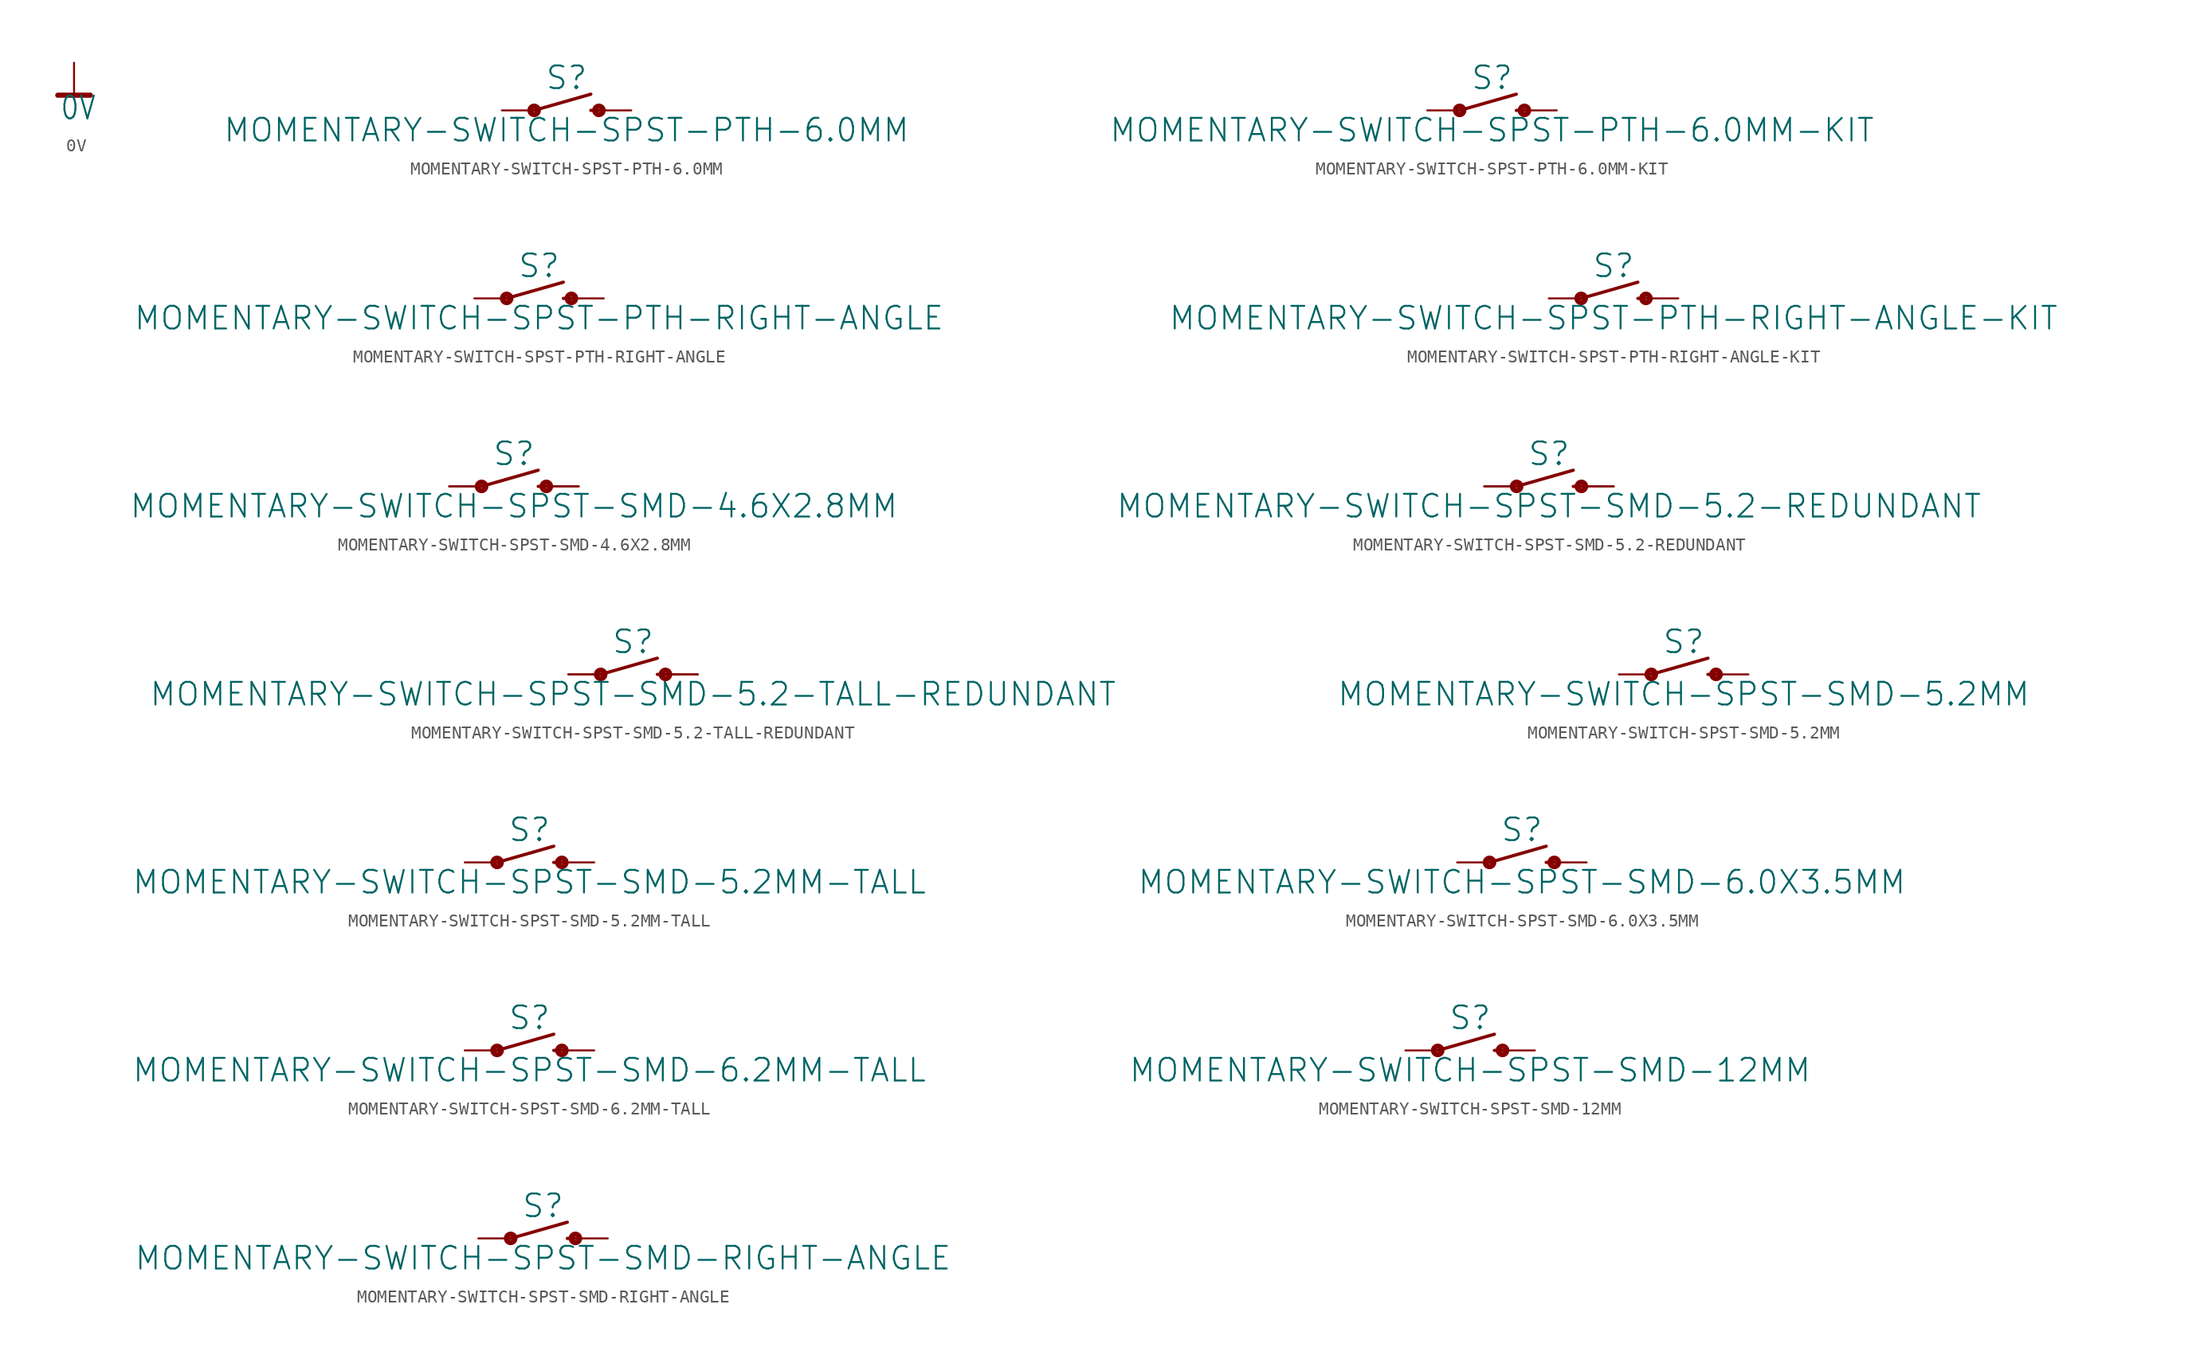
<source format=kicad_sym>
(kicad_symbol_lib
  (version 20211014)
  (generator kicad_symbol_editor)
  (symbol "0V"
    (power)
    (property "Reference" "#SUPPLY"
      (at 0 0 0)
      (effects (font (size 1.27 1.27)) hide))
    (property "Value" "0V"
      (at -1.143 -2.032 0)
      (effects (font (size 1.778 1.511)) (justify left bottom)))
    (property "ki_locked" ""
      (at 0 0 0)
      (effects (font (size 1.27 1.27))))
    (symbol "0V_1_0"
      (polyline (pts (xy -1.27 0) (xy 1.27 0)) (stroke (width 0.406) (type default) (color 0 0 0 0)) (fill (type none)))
      (pin power_in line (at 0 2.54 270) (length 2.54) (name "0V" (effects (font (size 0 0)))) (number "1" (effects (font (size 0 0)))))))
  (symbol "MOMENTARY-SWITCH-SPST-PTH-6.0MM"
    (property "Reference" "S"
      (at 0 1.524 0)
      (effects (font (size 1.778 1.778)) (justify bottom)))
    (property "Value" "MOMENTARY-SWITCH-SPST-PTH-6.0MM"
      (at 0 -0.508 0)
      (effects (font (size 1.778 1.778)) (justify top)))
    (property "ki_locked" ""
      (at 0 0 0)
      (effects (font (size 1.27 1.27))))
    (symbol "MOMENTARY-SWITCH-SPST-PTH-6.0MM_1_0"
      (circle (center -2.54 0) (radius 0.127) (stroke (width 0.406) (type default) (color 0 0 0 0)) (fill (type none)))
      (polyline (pts (xy -2.54 0) (xy 1.905 1.27)) (stroke (width 0.254) (type default) (color 0 0 0 0)) (fill (type none)))
      (polyline (pts (xy 1.905 0) (xy 2.54 0)) (stroke (width 0.254) (type default) (color 0 0 0 0)) (fill (type none)))
      (circle (center 2.54 0) (radius 0.127) (stroke (width 0.406) (type default) (color 0 0 0 0)) (fill (type none)))
      (pin passive line (at -5.08 0 0) (length 2.54) (name "1" (effects (font (size 0 0)))) (number "1" (effects (font (size 0 0)))))
      (pin passive line (at 5.08 0 180) (length 2.54) (name "2" (effects (font (size 0 0)))) (number "3" (effects (font (size 0 0)))))))
  (symbol "MOMENTARY-SWITCH-SPST-PTH-6.0MM-KIT"
    (property "Reference" "S"
      (at 0 1.524 0)
      (effects (font (size 1.778 1.778)) (justify bottom)))
    (property "Value" "MOMENTARY-SWITCH-SPST-PTH-6.0MM-KIT"
      (at 0 -0.508 0)
      (effects (font (size 1.778 1.778)) (justify top)))
    (property "ki_locked" ""
      (at 0 0 0)
      (effects (font (size 1.27 1.27))))
    (symbol "MOMENTARY-SWITCH-SPST-PTH-6.0MM-KIT_1_0"
      (circle (center -2.54 0) (radius 0.127) (stroke (width 0.406) (type default) (color 0 0 0 0)) (fill (type none)))
      (polyline (pts (xy -2.54 0) (xy 1.905 1.27)) (stroke (width 0.254) (type default) (color 0 0 0 0)) (fill (type none)))
      (polyline (pts (xy 1.905 0) (xy 2.54 0)) (stroke (width 0.254) (type default) (color 0 0 0 0)) (fill (type none)))
      (circle (center 2.54 0) (radius 0.127) (stroke (width 0.406) (type default) (color 0 0 0 0)) (fill (type none)))
      (pin passive line (at -5.08 0 0) (length 2.54) (name "1" (effects (font (size 0 0)))) (number "1" (effects (font (size 0 0)))))
      (pin passive line (at 5.08 0 180) (length 2.54) (name "2" (effects (font (size 0 0)))) (number "3" (effects (font (size 0 0)))))))
  (symbol "MOMENTARY-SWITCH-SPST-PTH-RIGHT-ANGLE"
    (property "Reference" "S"
      (at 0 1.524 0)
      (effects (font (size 1.778 1.778)) (justify bottom)))
    (property "Value" "MOMENTARY-SWITCH-SPST-PTH-RIGHT-ANGLE"
      (at 0 -0.508 0)
      (effects (font (size 1.778 1.778)) (justify top)))
    (property "ki_locked" ""
      (at 0 0 0)
      (effects (font (size 1.27 1.27))))
    (symbol "MOMENTARY-SWITCH-SPST-PTH-RIGHT-ANGLE_1_0"
      (circle (center -2.54 0) (radius 0.127) (stroke (width 0.406) (type default) (color 0 0 0 0)) (fill (type none)))
      (polyline (pts (xy -2.54 0) (xy 1.905 1.27)) (stroke (width 0.254) (type default) (color 0 0 0 0)) (fill (type none)))
      (polyline (pts (xy 1.905 0) (xy 2.54 0)) (stroke (width 0.254) (type default) (color 0 0 0 0)) (fill (type none)))
      (circle (center 2.54 0) (radius 0.127) (stroke (width 0.406) (type default) (color 0 0 0 0)) (fill (type none)))
      (pin passive line (at -5.08 0 0) (length 2.54) (name "1" (effects (font (size 0 0)))) (number "1" (effects (font (size 0 0)))))
      (pin passive line (at 5.08 0 180) (length 2.54) (name "2" (effects (font (size 0 0)))) (number "2" (effects (font (size 0 0)))))))
  (symbol "MOMENTARY-SWITCH-SPST-PTH-RIGHT-ANGLE-KIT"
    (property "Reference" "S"
      (at 0 1.524 0)
      (effects (font (size 1.778 1.778)) (justify bottom)))
    (property "Value" "MOMENTARY-SWITCH-SPST-PTH-RIGHT-ANGLE-KIT"
      (at 0 -0.508 0)
      (effects (font (size 1.778 1.778)) (justify top)))
    (property "ki_locked" ""
      (at 0 0 0)
      (effects (font (size 1.27 1.27))))
    (symbol "MOMENTARY-SWITCH-SPST-PTH-RIGHT-ANGLE-KIT_1_0"
      (circle (center -2.54 0) (radius 0.127) (stroke (width 0.406) (type default) (color 0 0 0 0)) (fill (type none)))
      (polyline (pts (xy -2.54 0) (xy 1.905 1.27)) (stroke (width 0.254) (type default) (color 0 0 0 0)) (fill (type none)))
      (polyline (pts (xy 1.905 0) (xy 2.54 0)) (stroke (width 0.254) (type default) (color 0 0 0 0)) (fill (type none)))
      (circle (center 2.54 0) (radius 0.127) (stroke (width 0.406) (type default) (color 0 0 0 0)) (fill (type none)))
      (pin passive line (at -5.08 0 0) (length 2.54) (name "1" (effects (font (size 0 0)))) (number "1" (effects (font (size 0 0)))))
      (pin passive line (at 5.08 0 180) (length 2.54) (name "2" (effects (font (size 0 0)))) (number "2" (effects (font (size 0 0)))))))
  (symbol "MOMENTARY-SWITCH-SPST-SMD-4.6X2.8MM"
    (property "Reference" "S"
      (at 0 1.524 0)
      (effects (font (size 1.778 1.778)) (justify bottom)))
    (property "Value" "MOMENTARY-SWITCH-SPST-SMD-4.6X2.8MM"
      (at 0 -0.508 0)
      (effects (font (size 1.778 1.778)) (justify top)))
    (property "ki_locked" ""
      (at 0 0 0)
      (effects (font (size 1.27 1.27))))
    (symbol "MOMENTARY-SWITCH-SPST-SMD-4.6X2.8MM_1_0"
      (circle (center -2.54 0) (radius 0.127) (stroke (width 0.406) (type default) (color 0 0 0 0)) (fill (type none)))
      (polyline (pts (xy -2.54 0) (xy 1.905 1.27)) (stroke (width 0.254) (type default) (color 0 0 0 0)) (fill (type none)))
      (polyline (pts (xy 1.905 0) (xy 2.54 0)) (stroke (width 0.254) (type default) (color 0 0 0 0)) (fill (type none)))
      (circle (center 2.54 0) (radius 0.127) (stroke (width 0.406) (type default) (color 0 0 0 0)) (fill (type none)))
      (pin passive line (at -5.08 0 0) (length 2.54) (name "1" (effects (font (size 0 0)))) (number "1" (effects (font (size 0 0)))))
      (pin passive line (at -5.08 0 0) (length 2.54) (name "1" (effects (font (size 0 0)))) (number "2" (effects (font (size 0 0)))))
      (pin passive line (at 5.08 0 180) (length 2.54) (name "2" (effects (font (size 0 0)))) (number "3" (effects (font (size 0 0)))))
      (pin passive line (at 5.08 0 180) (length 2.54) (name "2" (effects (font (size 0 0)))) (number "4" (effects (font (size 0 0)))))))
  (symbol "MOMENTARY-SWITCH-SPST-SMD-5.2-REDUNDANT"
    (property "Reference" "S"
      (at 0 1.524 0)
      (effects (font (size 1.778 1.778)) (justify bottom)))
    (property "Value" "MOMENTARY-SWITCH-SPST-SMD-5.2-REDUNDANT"
      (at 0 -0.508 0)
      (effects (font (size 1.778 1.778)) (justify top)))
    (property "ki_locked" ""
      (at 0 0 0)
      (effects (font (size 1.27 1.27))))
    (symbol "MOMENTARY-SWITCH-SPST-SMD-5.2-REDUNDANT_1_0"
      (circle (center -2.54 0) (radius 0.127) (stroke (width 0.406) (type default) (color 0 0 0 0)) (fill (type none)))
      (polyline (pts (xy -2.54 0) (xy 1.905 1.27)) (stroke (width 0.254) (type default) (color 0 0 0 0)) (fill (type none)))
      (polyline (pts (xy 1.905 0) (xy 2.54 0)) (stroke (width 0.254) (type default) (color 0 0 0 0)) (fill (type none)))
      (circle (center 2.54 0) (radius 0.127) (stroke (width 0.406) (type default) (color 0 0 0 0)) (fill (type none)))
      (pin passive line (at -5.08 0 0) (length 2.54) (name "1" (effects (font (size 0 0)))) (number "1" (effects (font (size 0 0)))))
      (pin passive line (at -5.08 0 0) (length 2.54) (name "1" (effects (font (size 0 0)))) (number "2" (effects (font (size 0 0)))))
      (pin passive line (at 5.08 0 180) (length 2.54) (name "2" (effects (font (size 0 0)))) (number "3" (effects (font (size 0 0)))))
      (pin passive line (at 5.08 0 180) (length 2.54) (name "2" (effects (font (size 0 0)))) (number "4" (effects (font (size 0 0)))))))
  (symbol "MOMENTARY-SWITCH-SPST-SMD-5.2-TALL-REDUNDANT"
    (property "Reference" "S"
      (at 0 1.524 0)
      (effects (font (size 1.778 1.778)) (justify bottom)))
    (property "Value" "MOMENTARY-SWITCH-SPST-SMD-5.2-TALL-REDUNDANT"
      (at 0 -0.508 0)
      (effects (font (size 1.778 1.778)) (justify top)))
    (property "ki_locked" ""
      (at 0 0 0)
      (effects (font (size 1.27 1.27))))
    (symbol "MOMENTARY-SWITCH-SPST-SMD-5.2-TALL-REDUNDANT_1_0"
      (circle (center -2.54 0) (radius 0.127) (stroke (width 0.406) (type default) (color 0 0 0 0)) (fill (type none)))
      (polyline (pts (xy -2.54 0) (xy 1.905 1.27)) (stroke (width 0.254) (type default) (color 0 0 0 0)) (fill (type none)))
      (polyline (pts (xy 1.905 0) (xy 2.54 0)) (stroke (width 0.254) (type default) (color 0 0 0 0)) (fill (type none)))
      (circle (center 2.54 0) (radius 0.127) (stroke (width 0.406) (type default) (color 0 0 0 0)) (fill (type none)))
      (pin passive line (at -5.08 0 0) (length 2.54) (name "1" (effects (font (size 0 0)))) (number "1" (effects (font (size 0 0)))))
      (pin passive line (at -5.08 0 0) (length 2.54) (name "1" (effects (font (size 0 0)))) (number "2" (effects (font (size 0 0)))))
      (pin passive line (at 5.08 0 180) (length 2.54) (name "2" (effects (font (size 0 0)))) (number "3" (effects (font (size 0 0)))))
      (pin passive line (at 5.08 0 180) (length 2.54) (name "2" (effects (font (size 0 0)))) (number "4" (effects (font (size 0 0)))))))
  (symbol "MOMENTARY-SWITCH-SPST-SMD-5.2MM"
    (property "Reference" "S"
      (at 0 1.524 0)
      (effects (font (size 1.778 1.778)) (justify bottom)))
    (property "Value" "MOMENTARY-SWITCH-SPST-SMD-5.2MM"
      (at 0 -0.508 0)
      (effects (font (size 1.778 1.778)) (justify top)))
    (property "ki_locked" ""
      (at 0 0 0)
      (effects (font (size 1.27 1.27))))
    (symbol "MOMENTARY-SWITCH-SPST-SMD-5.2MM_1_0"
      (circle (center -2.54 0) (radius 0.127) (stroke (width 0.406) (type default) (color 0 0 0 0)) (fill (type none)))
      (polyline (pts (xy -2.54 0) (xy 1.905 1.27)) (stroke (width 0.254) (type default) (color 0 0 0 0)) (fill (type none)))
      (polyline (pts (xy 1.905 0) (xy 2.54 0)) (stroke (width 0.254) (type default) (color 0 0 0 0)) (fill (type none)))
      (circle (center 2.54 0) (radius 0.127) (stroke (width 0.406) (type default) (color 0 0 0 0)) (fill (type none)))
      (pin passive line (at -5.08 0 0) (length 2.54) (name "1" (effects (font (size 0 0)))) (number "1" (effects (font (size 0 0)))))
      (pin passive line (at 5.08 0 180) (length 2.54) (name "2" (effects (font (size 0 0)))) (number "3" (effects (font (size 0 0)))))))
  (symbol "MOMENTARY-SWITCH-SPST-SMD-5.2MM-TALL"
    (property "Reference" "S"
      (at 0 1.524 0)
      (effects (font (size 1.778 1.778)) (justify bottom)))
    (property "Value" "MOMENTARY-SWITCH-SPST-SMD-5.2MM-TALL"
      (at 0 -0.508 0)
      (effects (font (size 1.778 1.778)) (justify top)))
    (property "ki_locked" ""
      (at 0 0 0)
      (effects (font (size 1.27 1.27))))
    (symbol "MOMENTARY-SWITCH-SPST-SMD-5.2MM-TALL_1_0"
      (circle (center -2.54 0) (radius 0.127) (stroke (width 0.406) (type default) (color 0 0 0 0)) (fill (type none)))
      (polyline (pts (xy -2.54 0) (xy 1.905 1.27)) (stroke (width 0.254) (type default) (color 0 0 0 0)) (fill (type none)))
      (polyline (pts (xy 1.905 0) (xy 2.54 0)) (stroke (width 0.254) (type default) (color 0 0 0 0)) (fill (type none)))
      (circle (center 2.54 0) (radius 0.127) (stroke (width 0.406) (type default) (color 0 0 0 0)) (fill (type none)))
      (pin passive line (at -5.08 0 0) (length 2.54) (name "1" (effects (font (size 0 0)))) (number "1" (effects (font (size 0 0)))))
      (pin passive line (at 5.08 0 180) (length 2.54) (name "2" (effects (font (size 0 0)))) (number "3" (effects (font (size 0 0)))))))
  (symbol "MOMENTARY-SWITCH-SPST-SMD-6.0X3.5MM"
    (property "Reference" "S"
      (at 0 1.524 0)
      (effects (font (size 1.778 1.778)) (justify bottom)))
    (property "Value" "MOMENTARY-SWITCH-SPST-SMD-6.0X3.5MM"
      (at 0 -0.508 0)
      (effects (font (size 1.778 1.778)) (justify top)))
    (property "ki_locked" ""
      (at 0 0 0)
      (effects (font (size 1.27 1.27))))
    (symbol "MOMENTARY-SWITCH-SPST-SMD-6.0X3.5MM_1_0"
      (circle (center -2.54 0) (radius 0.127) (stroke (width 0.406) (type default) (color 0 0 0 0)) (fill (type none)))
      (polyline (pts (xy -2.54 0) (xy 1.905 1.27)) (stroke (width 0.254) (type default) (color 0 0 0 0)) (fill (type none)))
      (polyline (pts (xy 1.905 0) (xy 2.54 0)) (stroke (width 0.254) (type default) (color 0 0 0 0)) (fill (type none)))
      (circle (center 2.54 0) (radius 0.127) (stroke (width 0.406) (type default) (color 0 0 0 0)) (fill (type none)))
      (pin passive line (at -5.08 0 0) (length 2.54) (name "1" (effects (font (size 0 0)))) (number "1" (effects (font (size 0 0)))))
      (pin passive line (at 5.08 0 180) (length 2.54) (name "2" (effects (font (size 0 0)))) (number "2" (effects (font (size 0 0)))))))
  (symbol "MOMENTARY-SWITCH-SPST-SMD-6.2MM-TALL"
    (property "Reference" "S"
      (at 0 1.524 0)
      (effects (font (size 1.778 1.778)) (justify bottom)))
    (property "Value" "MOMENTARY-SWITCH-SPST-SMD-6.2MM-TALL"
      (at 0 -0.508 0)
      (effects (font (size 1.778 1.778)) (justify top)))
    (property "ki_locked" ""
      (at 0 0 0)
      (effects (font (size 1.27 1.27))))
    (symbol "MOMENTARY-SWITCH-SPST-SMD-6.2MM-TALL_1_0"
      (circle (center -2.54 0) (radius 0.127) (stroke (width 0.406) (type default) (color 0 0 0 0)) (fill (type none)))
      (polyline (pts (xy -2.54 0) (xy 1.905 1.27)) (stroke (width 0.254) (type default) (color 0 0 0 0)) (fill (type none)))
      (polyline (pts (xy 1.905 0) (xy 2.54 0)) (stroke (width 0.254) (type default) (color 0 0 0 0)) (fill (type none)))
      (circle (center 2.54 0) (radius 0.127) (stroke (width 0.406) (type default) (color 0 0 0 0)) (fill (type none)))
      (pin passive line (at -5.08 0 0) (length 2.54) (name "1" (effects (font (size 0 0)))) (number "A2" (effects (font (size 0 0)))))
      (pin passive line (at 5.08 0 180) (length 2.54) (name "2" (effects (font (size 0 0)))) (number "B2" (effects (font (size 0 0)))))))
  (symbol "MOMENTARY-SWITCH-SPST-SMD-12MM"
    (property "Reference" "S"
      (at 0 1.524 0)
      (effects (font (size 1.778 1.778)) (justify bottom)))
    (property "Value" "MOMENTARY-SWITCH-SPST-SMD-12MM"
      (at 0 -0.508 0)
      (effects (font (size 1.778 1.778)) (justify top)))
    (property "ki_locked" ""
      (at 0 0 0)
      (effects (font (size 1.27 1.27))))
    (symbol "MOMENTARY-SWITCH-SPST-SMD-12MM_1_0"
      (circle (center -2.54 0) (radius 0.127) (stroke (width 0.406) (type default) (color 0 0 0 0)) (fill (type none)))
      (polyline (pts (xy -2.54 0) (xy 1.905 1.27)) (stroke (width 0.254) (type default) (color 0 0 0 0)) (fill (type none)))
      (polyline (pts (xy 1.905 0) (xy 2.54 0)) (stroke (width 0.254) (type default) (color 0 0 0 0)) (fill (type none)))
      (circle (center 2.54 0) (radius 0.127) (stroke (width 0.406) (type default) (color 0 0 0 0)) (fill (type none)))
      (pin passive line (at -5.08 0 0) (length 2.54) (name "1" (effects (font (size 0 0)))) (number "1" (effects (font (size 0 0)))))
      (pin passive line (at 5.08 0 180) (length 2.54) (name "2" (effects (font (size 0 0)))) (number "3" (effects (font (size 0 0)))))))
  (symbol "MOMENTARY-SWITCH-SPST-SMD-RIGHT-ANGLE"
    (property "Reference" "S"
      (at 0 1.524 0)
      (effects (font (size 1.778 1.778)) (justify bottom)))
    (property "Value" "MOMENTARY-SWITCH-SPST-SMD-RIGHT-ANGLE"
      (at 0 -0.508 0)
      (effects (font (size 1.778 1.778)) (justify top)))
    (property "ki_locked" ""
      (at 0 0 0)
      (effects (font (size 1.27 1.27))))
    (symbol "MOMENTARY-SWITCH-SPST-SMD-RIGHT-ANGLE_1_0"
      (circle (center -2.54 0) (radius 0.127) (stroke (width 0.406) (type default) (color 0 0 0 0)) (fill (type none)))
      (polyline (pts (xy -2.54 0) (xy 1.905 1.27)) (stroke (width 0.254) (type default) (color 0 0 0 0)) (fill (type none)))
      (polyline (pts (xy 1.905 0) (xy 2.54 0)) (stroke (width 0.254) (type default) (color 0 0 0 0)) (fill (type none)))
      (circle (center 2.54 0) (radius 0.127) (stroke (width 0.406) (type default) (color 0 0 0 0)) (fill (type none)))
      (pin passive line (at -5.08 0 0) (length 2.54) (name "1" (effects (font (size 0 0)))) (number "1" (effects (font (size 0 0)))))
      (pin passive line (at 5.08 0 180) (length 2.54) (name "2" (effects (font (size 0 0)))) (number "2" (effects (font (size 0 0))))))))
</source>
